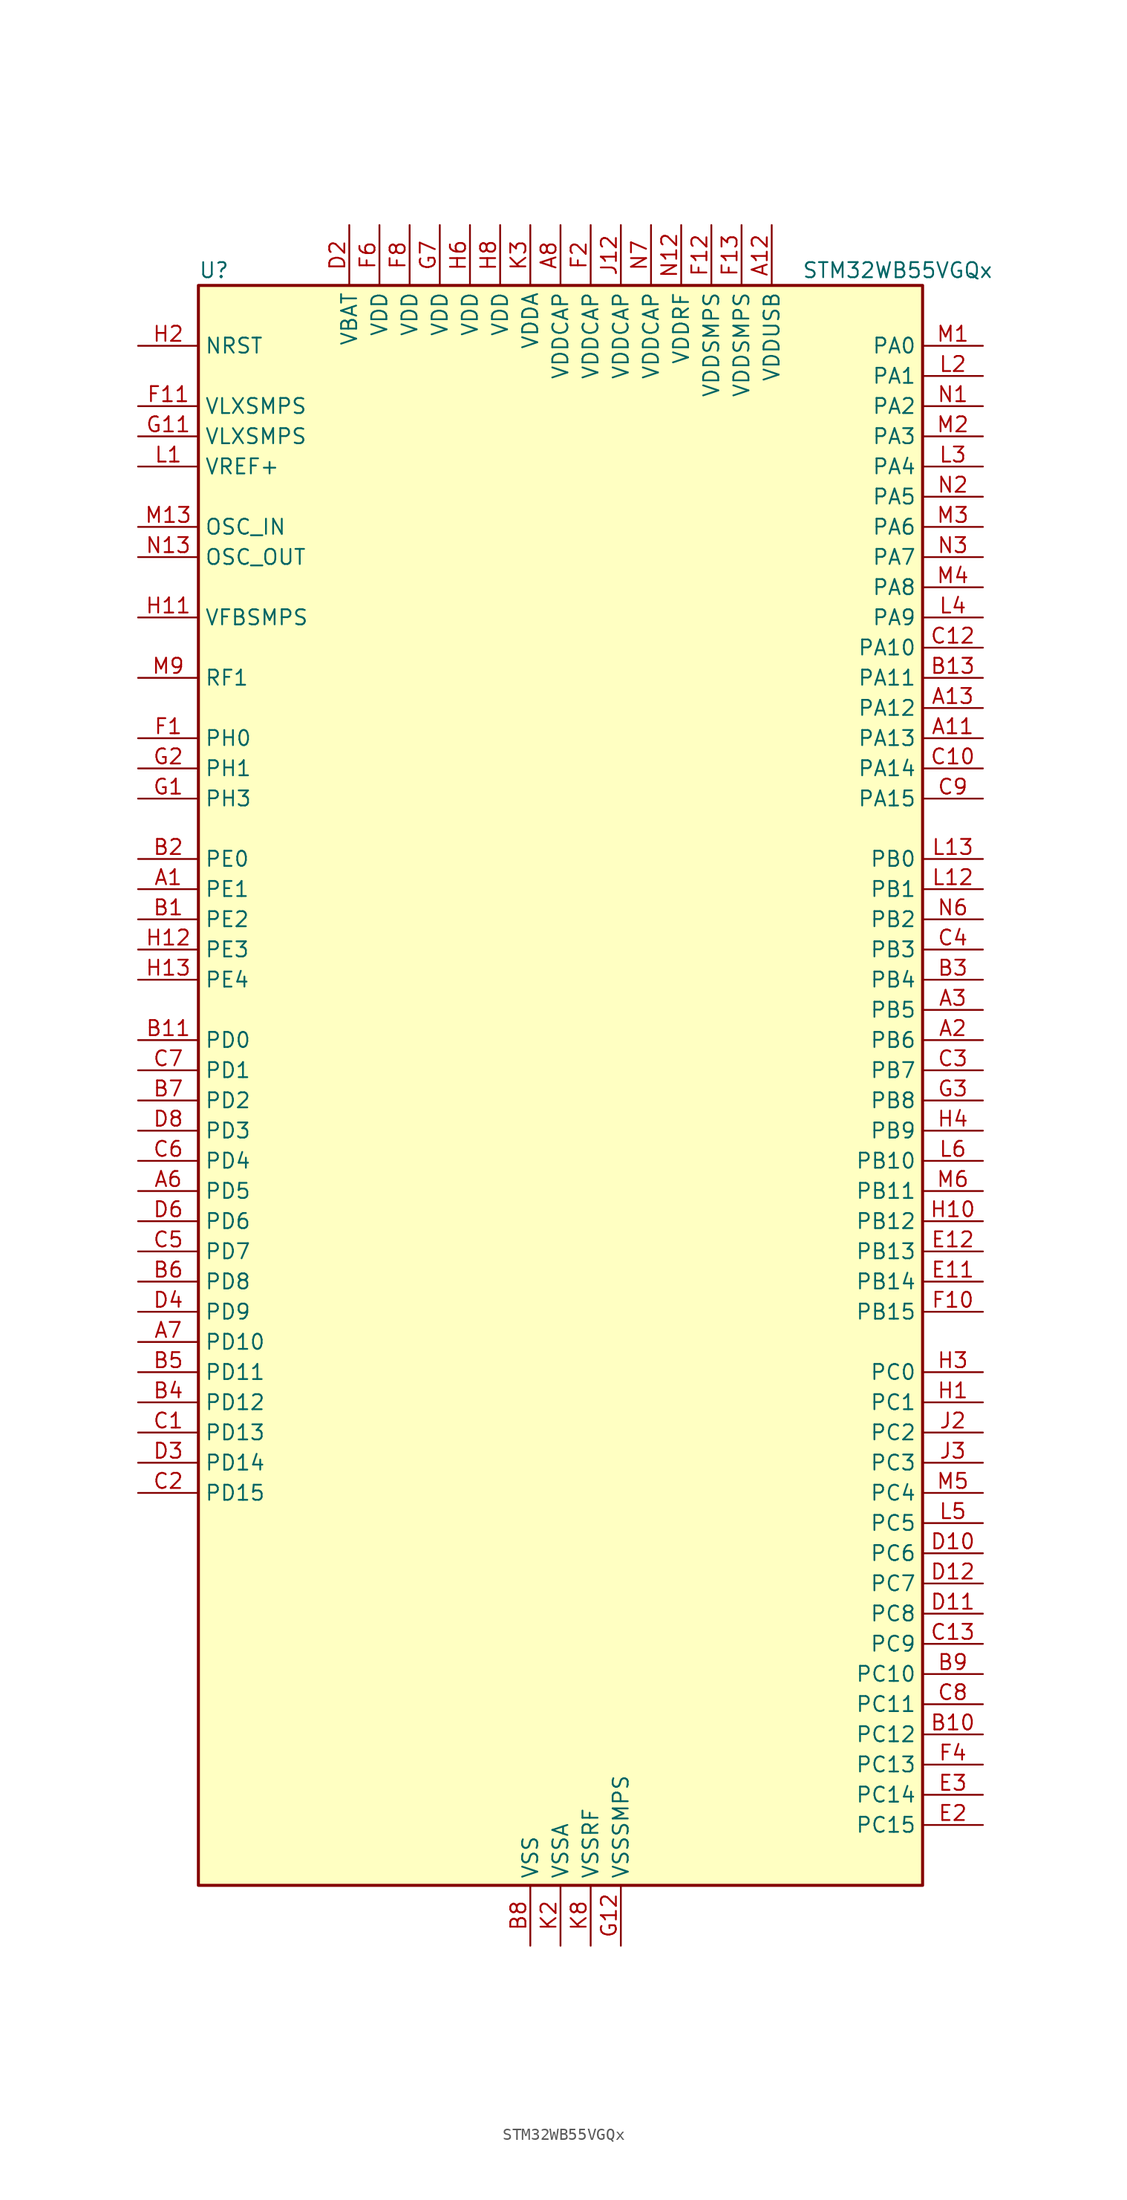
<source format=kicad_sym>
(kicad_symbol_lib
  (version 20231120)
  (generator "kicad-library-utils")
  (generator_version "8.0")
  (symbol "STM32WB55VGQx"
    (property "Reference" "U"
      (at -30.48 69.85 0)
      (effects (font (size 1.27 1.27)) (justify left)))
    (property "Value" "STM32WB55VGQx"
      (at 20.32 69.85 0)
      (effects (font (size 1.27 1.27)) (justify left)))
    (symbol "STM32WB55VGQx_0_1"
      (rectangle (start -30.48 -66.04) (end 30.48 68.58) (stroke (width 0.254) (type default)) (fill (type background))))
    (symbol "STM32WB55VGQx_1_1"
      (pin bidirectional line (at -35.56 17.78 0) (length 5.08) (name "PE1" (effects (font (size 1.27 1.27)))) (number "A1" (effects (font (size 1.27 1.27)))) (alternate "LCD_SEG37" bidirectional line) (alternate "TIM17_CH1" bidirectional line) (alternate "TSC_G7_IO2" bidirectional line))
      (pin bidirectional line (at 35.56 30.48 180) (length 5.08) (name "PA13" (effects (font (size 1.27 1.27)))) (number "A11" (effects (font (size 1.27 1.27)))) (alternate "IR_OUT" bidirectional line) (alternate "SAI1_SD_B" bidirectional line) (alternate "SYS_JTMS-SWDIO" bidirectional line) (alternate "USB_NOE" bidirectional line))
      (pin power_in line (at 17.78 73.66 270) (length 5.08) (name "VDDUSB" (effects (font (size 1.27 1.27)))) (number "A12" (effects (font (size 1.27 1.27)))))
      (pin bidirectional line (at 35.56 33.02 180) (length 5.08) (name "PA12" (effects (font (size 1.27 1.27)))) (number "A13" (effects (font (size 1.27 1.27)))) (alternate "LPUART1_RX" bidirectional line) (alternate "SPI1_MOSI" bidirectional line) (alternate "TIM1_ETR" bidirectional line) (alternate "USART1_DE" bidirectional line) (alternate "USART1_RTS" bidirectional line) (alternate "USB_DP" bidirectional line))
      (pin bidirectional line (at 35.56 5.08 180) (length 5.08) (name "PB6" (effects (font (size 1.27 1.27)))) (number "A2" (effects (font (size 1.27 1.27)))) (alternate "COMP2_INP" bidirectional line) (alternate "I2C1_SCL" bidirectional line) (alternate "LCD_SEG6" bidirectional line) (alternate "LPTIM1_ETR" bidirectional line) (alternate "RCC_MCO" bidirectional line) (alternate "SAI1_FS_B" bidirectional line) (alternate "TIM16_CH1N" bidirectional line) (alternate "TSC_G2_IO3" bidirectional line) (alternate "USART1_TX" bidirectional line))
      (pin bidirectional line (at 35.56 7.62 180) (length 5.08) (name "PB5" (effects (font (size 1.27 1.27)))) (number "A3" (effects (font (size 1.27 1.27)))) (alternate "COMP2_OUT" bidirectional line) (alternate "I2C1_SMBA" bidirectional line) (alternate "LCD_SEG9" bidirectional line) (alternate "LPTIM1_IN1" bidirectional line) (alternate "LPUART1_TX" bidirectional line) (alternate "SAI1_SD_B" bidirectional line) (alternate "SPI1_MOSI" bidirectional line) (alternate "TIM16_BKIN" bidirectional line) (alternate "TSC_G2_IO2" bidirectional line) (alternate "USART1_CK" bidirectional line))
      (pin bidirectional line (at -35.56 -7.62 0) (length 5.08) (name "PD5" (effects (font (size 1.27 1.27)))) (number "A6" (effects (font (size 1.27 1.27)))) (alternate "QUADSPI_BK1_IO1" bidirectional line) (alternate "SAI1_MCLK_B" bidirectional line) (alternate "TSC_G5_IO2" bidirectional line))
      (pin bidirectional line (at -35.56 -20.32 0) (length 5.08) (name "PD10" (effects (font (size 1.27 1.27)))) (number "A7" (effects (font (size 1.27 1.27)))) (alternate "LCD_SEG30" bidirectional line) (alternate "SYS_TRIG_INOUT" bidirectional line) (alternate "TSC_G6_IO1" bidirectional line))
      (pin power_in line (at 0 73.66 270) (length 5.08) (name "VDDCAP" (effects (font (size 1.27 1.27)))) (number "A8" (effects (font (size 1.27 1.27)))))
      (pin bidirectional line (at -35.56 15.24 0) (length 5.08) (name "PE2" (effects (font (size 1.27 1.27)))) (number "B1" (effects (font (size 1.27 1.27)))) (alternate "LCD_SEG38" bidirectional line) (alternate "SAI1_CK1" bidirectional line) (alternate "SAI1_MCLK_A" bidirectional line) (alternate "SYS_TRACECLK" bidirectional line) (alternate "TSC_G7_IO1" bidirectional line))
      (pin bidirectional line (at 35.56 -53.34 180) (length 5.08) (name "PC12" (effects (font (size 1.27 1.27)))) (number "B10" (effects (font (size 1.27 1.27)))) (alternate "LCD_COM6" bidirectional line) (alternate "LCD_SEG30" bidirectional line) (alternate "LCD_SEG42" bidirectional line) (alternate "RCC_LSCO" bidirectional line) (alternate "RTC_TAMP3" bidirectional line) (alternate "SYS_TRACED3" bidirectional line) (alternate "SYS_WKUP3" bidirectional line) (alternate "TSC_G3_IO4" bidirectional line))
      (pin bidirectional line (at -35.56 5.08 0) (length 5.08) (name "PD0" (effects (font (size 1.27 1.27)))) (number "B11" (effects (font (size 1.27 1.27)))) (alternate "SPI2_NSS" bidirectional line))
      (pin passive line (at -2.54 -71.12 90) (length 5.08) hide (name "VSS" (effects (font (size 1.27 1.27)))) (number "B12" (effects (font (size 1.27 1.27)))))
      (pin bidirectional line (at 35.56 35.56 180) (length 5.08) (name "PA11" (effects (font (size 1.27 1.27)))) (number "B13" (effects (font (size 1.27 1.27)))) (alternate "ADC1_EXTI11" bidirectional line) (alternate "SPI1_MISO" bidirectional line) (alternate "TIM1_BKIN2" bidirectional line) (alternate "TIM1_CH4" bidirectional line) (alternate "USART1_CTS" bidirectional line) (alternate "USART1_NSS" bidirectional line) (alternate "USB_DM" bidirectional line))
      (pin bidirectional line (at -35.56 20.32 0) (length 5.08) (name "PE0" (effects (font (size 1.27 1.27)))) (number "B2" (effects (font (size 1.27 1.27)))) (alternate "LCD_SEG36" bidirectional line) (alternate "TIM16_CH1" bidirectional line) (alternate "TIM1_ETR" bidirectional line) (alternate "TSC_G7_IO3" bidirectional line))
      (pin bidirectional line (at 35.56 10.16 180) (length 5.08) (name "PB4" (effects (font (size 1.27 1.27)))) (number "B3" (effects (font (size 1.27 1.27)))) (alternate "COMP2_INP" bidirectional line) (alternate "I2C3_SDA" bidirectional line) (alternate "LCD_SEG8" bidirectional line) (alternate "SAI1_MCLK_B" bidirectional line) (alternate "SPI1_MISO" bidirectional line) (alternate "SYS_JTRST" bidirectional line) (alternate "TIM17_BKIN" bidirectional line) (alternate "TSC_G2_IO1" bidirectional line) (alternate "USART1_CTS" bidirectional line) (alternate "USART1_NSS" bidirectional line))
      (pin bidirectional line (at -35.56 -25.4 0) (length 5.08) (name "PD12" (effects (font (size 1.27 1.27)))) (number "B4" (effects (font (size 1.27 1.27)))) (alternate "LCD_SEG32" bidirectional line) (alternate "LPTIM2_IN1" bidirectional line) (alternate "TSC_G6_IO3" bidirectional line))
      (pin bidirectional line (at -35.56 -22.86 0) (length 5.08) (name "PD11" (effects (font (size 1.27 1.27)))) (number "B5" (effects (font (size 1.27 1.27)))) (alternate "ADC1_EXTI11" bidirectional line) (alternate "LCD_SEG31" bidirectional line) (alternate "LPTIM2_ETR" bidirectional line) (alternate "TSC_G6_IO2" bidirectional line))
      (pin bidirectional line (at -35.56 -15.24 0) (length 5.08) (name "PD8" (effects (font (size 1.27 1.27)))) (number "B6" (effects (font (size 1.27 1.27)))) (alternate "LCD_SEG28" bidirectional line) (alternate "TIM1_BKIN2" bidirectional line))
      (pin bidirectional line (at -35.56 0 0) (length 5.08) (name "PD2" (effects (font (size 1.27 1.27)))) (number "B7" (effects (font (size 1.27 1.27)))) (alternate "LCD_COM7" bidirectional line) (alternate "LCD_SEG31" bidirectional line) (alternate "LCD_SEG43" bidirectional line) (alternate "SYS_TRACED2" bidirectional line) (alternate "TSC_SYNC" bidirectional line))
      (pin power_in line (at -2.54 -71.12 90) (length 5.08) (name "VSS" (effects (font (size 1.27 1.27)))) (number "B8" (effects (font (size 1.27 1.27)))))
      (pin bidirectional line (at 35.56 -48.26 180) (length 5.08) (name "PC10" (effects (font (size 1.27 1.27)))) (number "B9" (effects (font (size 1.27 1.27)))) (alternate "LCD_COM4" bidirectional line) (alternate "LCD_SEG28" bidirectional line) (alternate "LCD_SEG40" bidirectional line) (alternate "SYS_TRACED1" bidirectional line) (alternate "TSC_G3_IO2" bidirectional line))
      (pin bidirectional line (at -35.56 -27.94 0) (length 5.08) (name "PD13" (effects (font (size 1.27 1.27)))) (number "C1" (effects (font (size 1.27 1.27)))) (alternate "LCD_SEG33" bidirectional line) (alternate "LPTIM2_OUT" bidirectional line) (alternate "TSC_G6_IO4" bidirectional line))
      (pin bidirectional line (at 35.56 27.94 180) (length 5.08) (name "PA14" (effects (font (size 1.27 1.27)))) (number "C10" (effects (font (size 1.27 1.27)))) (alternate "I2C1_SMBA" bidirectional line) (alternate "LCD_SEG5" bidirectional line) (alternate "LPTIM1_OUT" bidirectional line) (alternate "SAI1_FS_B" bidirectional line) (alternate "SYS_JTCK-SWCLK" bidirectional line))
      (pin passive line (at -2.54 -71.12 90) (length 5.08) hide (name "VSS" (effects (font (size 1.27 1.27)))) (number "C11" (effects (font (size 1.27 1.27)))))
      (pin bidirectional line (at 35.56 38.1 180) (length 5.08) (name "PA10" (effects (font (size 1.27 1.27)))) (number "C12" (effects (font (size 1.27 1.27)))) (alternate "CRS_SYNC" bidirectional line) (alternate "I2C1_SDA" bidirectional line) (alternate "LCD_COM2" bidirectional line) (alternate "SAI1_D1" bidirectional line) (alternate "SAI1_SD_A" bidirectional line) (alternate "TIM17_BKIN" bidirectional line) (alternate "TIM1_CH3" bidirectional line) (alternate "USART1_RX" bidirectional line))
      (pin bidirectional line (at 35.56 -45.72 180) (length 5.08) (name "PC9" (effects (font (size 1.27 1.27)))) (number "C13" (effects (font (size 1.27 1.27)))) (alternate "LCD_SEG27" bidirectional line) (alternate "SAI1_SCK_B" bidirectional line) (alternate "TIM1_BKIN" bidirectional line) (alternate "TSC_G4_IO4" bidirectional line) (alternate "USB_NOE" bidirectional line))
      (pin bidirectional line (at -35.56 -33.02 0) (length 5.08) (name "PD15" (effects (font (size 1.27 1.27)))) (number "C2" (effects (font (size 1.27 1.27)))) (alternate "ADC1_EXTI15" bidirectional line) (alternate "LCD_SEG35" bidirectional line) (alternate "TIM1_CH2" bidirectional line))
      (pin bidirectional line (at 35.56 2.54 180) (length 5.08) (name "PB7" (effects (font (size 1.27 1.27)))) (number "C3" (effects (font (size 1.27 1.27)))) (alternate "COMP2_INM" bidirectional line) (alternate "I2C1_SDA" bidirectional line) (alternate "LCD_SEG21" bidirectional line) (alternate "LPTIM1_IN2" bidirectional line) (alternate "SYS_PVD_IN" bidirectional line) (alternate "TIM17_CH1N" bidirectional line) (alternate "TIM1_BKIN" bidirectional line) (alternate "TSC_G2_IO4" bidirectional line) (alternate "USART1_RX" bidirectional line))
      (pin bidirectional line (at 35.56 12.7 180) (length 5.08) (name "PB3" (effects (font (size 1.27 1.27)))) (number "C4" (effects (font (size 1.27 1.27)))) (alternate "COMP2_INM" bidirectional line) (alternate "LCD_SEG7" bidirectional line) (alternate "SAI1_SCK_B" bidirectional line) (alternate "SPI1_SCK" bidirectional line) (alternate "SYS_JTDO-SWO" bidirectional line) (alternate "TIM2_CH2" bidirectional line) (alternate "USART1_DE" bidirectional line) (alternate "USART1_RTS" bidirectional line))
      (pin bidirectional line (at -35.56 -12.7 0) (length 5.08) (name "PD7" (effects (font (size 1.27 1.27)))) (number "C5" (effects (font (size 1.27 1.27)))) (alternate "LCD_SEG39" bidirectional line) (alternate "QUADSPI_BK1_IO3" bidirectional line) (alternate "TSC_G5_IO4" bidirectional line))
      (pin bidirectional line (at -35.56 -5.08 0) (length 5.08) (name "PD4" (effects (font (size 1.27 1.27)))) (number "C6" (effects (font (size 1.27 1.27)))) (alternate "QUADSPI_BK1_IO0" bidirectional line) (alternate "SPI2_MOSI" bidirectional line) (alternate "TSC_G5_IO1" bidirectional line))
      (pin bidirectional line (at -35.56 2.54 0) (length 5.08) (name "PD1" (effects (font (size 1.27 1.27)))) (number "C7" (effects (font (size 1.27 1.27)))) (alternate "SPI2_SCK" bidirectional line))
      (pin bidirectional line (at 35.56 -50.8 180) (length 5.08) (name "PC11" (effects (font (size 1.27 1.27)))) (number "C8" (effects (font (size 1.27 1.27)))) (alternate "ADC1_EXTI11" bidirectional line) (alternate "LCD_COM5" bidirectional line) (alternate "LCD_SEG29" bidirectional line) (alternate "LCD_SEG41" bidirectional line) (alternate "TSC_G3_IO3" bidirectional line))
      (pin bidirectional line (at 35.56 25.4 180) (length 5.08) (name "PA15" (effects (font (size 1.27 1.27)))) (number "C9" (effects (font (size 1.27 1.27)))) (alternate "ADC1_EXTI15" bidirectional line) (alternate "LCD_SEG17" bidirectional line) (alternate "RCC_MCO" bidirectional line) (alternate "SPI1_NSS" bidirectional line) (alternate "SYS_JTDI" bidirectional line) (alternate "TIM2_CH1" bidirectional line) (alternate "TIM2_ETR" bidirectional line) (alternate "TSC_G3_IO1" bidirectional line))
      (pin bidirectional line (at 35.56 -38.1 180) (length 5.08) (name "PC6" (effects (font (size 1.27 1.27)))) (number "D10" (effects (font (size 1.27 1.27)))) (alternate "LCD_SEG24" bidirectional line) (alternate "TSC_G4_IO1" bidirectional line))
      (pin bidirectional line (at 35.56 -43.18 180) (length 5.08) (name "PC8" (effects (font (size 1.27 1.27)))) (number "D11" (effects (font (size 1.27 1.27)))) (alternate "LCD_SEG26" bidirectional line) (alternate "TSC_G4_IO3" bidirectional line))
      (pin bidirectional line (at 35.56 -40.64 180) (length 5.08) (name "PC7" (effects (font (size 1.27 1.27)))) (number "D12" (effects (font (size 1.27 1.27)))) (alternate "LCD_SEG25" bidirectional line) (alternate "TSC_G4_IO2" bidirectional line))
      (pin power_in line (at -17.78 73.66 270) (length 5.08) (name "VBAT" (effects (font (size 1.27 1.27)))) (number "D2" (effects (font (size 1.27 1.27)))))
      (pin bidirectional line (at -35.56 -30.48 0) (length 5.08) (name "PD14" (effects (font (size 1.27 1.27)))) (number "D3" (effects (font (size 1.27 1.27)))) (alternate "LCD_SEG34" bidirectional line) (alternate "TIM1_CH1" bidirectional line))
      (pin bidirectional line (at -35.56 -17.78 0) (length 5.08) (name "PD9" (effects (font (size 1.27 1.27)))) (number "D4" (effects (font (size 1.27 1.27)))) (alternate "LCD_SEG29" bidirectional line) (alternate "SYS_TRACED0" bidirectional line))
      (pin bidirectional line (at -35.56 -10.16 0) (length 5.08) (name "PD6" (effects (font (size 1.27 1.27)))) (number "D6" (effects (font (size 1.27 1.27)))) (alternate "QUADSPI_BK1_IO2" bidirectional line) (alternate "SAI1_D1" bidirectional line) (alternate "SAI1_SD_A" bidirectional line) (alternate "TSC_G5_IO3" bidirectional line))
      (pin bidirectional line (at -35.56 -2.54 0) (length 5.08) (name "PD3" (effects (font (size 1.27 1.27)))) (number "D8" (effects (font (size 1.27 1.27)))) (alternate "QUADSPI_BK1_NCS" bidirectional line) (alternate "SPI2_MISO" bidirectional line) (alternate "SPI2_SCK" bidirectional line))
      (pin bidirectional line (at 35.56 -15.24 180) (length 5.08) (name "PB14" (effects (font (size 1.27 1.27)))) (number "E11" (effects (font (size 1.27 1.27)))) (alternate "I2C3_SDA" bidirectional line) (alternate "LCD_SEG14" bidirectional line) (alternate "SAI1_MCLK_A" bidirectional line) (alternate "SPI2_MISO" bidirectional line) (alternate "TIM1_CH2N" bidirectional line) (alternate "TSC_G1_IO3" bidirectional line))
      (pin bidirectional line (at 35.56 -12.7 180) (length 5.08) (name "PB13" (effects (font (size 1.27 1.27)))) (number "E12" (effects (font (size 1.27 1.27)))) (alternate "I2C3_SCL" bidirectional line) (alternate "LCD_SEG13" bidirectional line) (alternate "LPUART1_CTS" bidirectional line) (alternate "SAI1_SCK_A" bidirectional line) (alternate "SPI2_SCK" bidirectional line) (alternate "TIM1_CH1N" bidirectional line) (alternate "TSC_G1_IO2" bidirectional line))
      (pin bidirectional line (at 35.56 -60.96 180) (length 5.08) (name "PC15" (effects (font (size 1.27 1.27)))) (number "E2" (effects (font (size 1.27 1.27)))) (alternate "ADC1_EXTI15" bidirectional line) (alternate "RCC_OSC32_OUT" bidirectional line))
      (pin bidirectional line (at 35.56 -58.42 180) (length 5.08) (name "PC14" (effects (font (size 1.27 1.27)))) (number "E3" (effects (font (size 1.27 1.27)))) (alternate "RCC_OSC32_IN" bidirectional line))
      (pin passive line (at -2.54 -71.12 90) (length 5.08) hide (name "VSS" (effects (font (size 1.27 1.27)))) (number "E5" (effects (font (size 1.27 1.27)))))
      (pin passive line (at -2.54 -71.12 90) (length 5.08) hide (name "VSS" (effects (font (size 1.27 1.27)))) (number "E7" (effects (font (size 1.27 1.27)))))
      (pin passive line (at -2.54 -71.12 90) (length 5.08) hide (name "VSS" (effects (font (size 1.27 1.27)))) (number "E9" (effects (font (size 1.27 1.27)))))
      (pin bidirectional line (at -35.56 30.48 0) (length 5.08) (name "PH0" (effects (font (size 1.27 1.27)))) (number "F1" (effects (font (size 1.27 1.27)))))
      (pin bidirectional line (at 35.56 -17.78 180) (length 5.08) (name "PB15" (effects (font (size 1.27 1.27)))) (number "F10" (effects (font (size 1.27 1.27)))) (alternate "ADC1_EXTI15" bidirectional line) (alternate "LCD_SEG15" bidirectional line) (alternate "RTC_REFIN" bidirectional line) (alternate "SAI1_SD_A" bidirectional line) (alternate "SPI2_MOSI" bidirectional line) (alternate "TIM1_CH3N" bidirectional line) (alternate "TSC_G1_IO4" bidirectional line))
      (pin power_in line (at -35.56 58.42 0) (length 5.08) (name "VLXSMPS" (effects (font (size 1.27 1.27)))) (number "F11" (effects (font (size 1.27 1.27)))))
      (pin power_in line (at 12.7 73.66 270) (length 5.08) (name "VDDSMPS" (effects (font (size 1.27 1.27)))) (number "F12" (effects (font (size 1.27 1.27)))))
      (pin power_in line (at 15.24 73.66 270) (length 5.08) (name "VDDSMPS" (effects (font (size 1.27 1.27)))) (number "F13" (effects (font (size 1.27 1.27)))))
      (pin power_in line (at 2.54 73.66 270) (length 5.08) (name "VDDCAP" (effects (font (size 1.27 1.27)))) (number "F2" (effects (font (size 1.27 1.27)))))
      (pin passive line (at -2.54 -71.12 90) (length 5.08) hide (name "VSS" (effects (font (size 1.27 1.27)))) (number "F3" (effects (font (size 1.27 1.27)))))
      (pin bidirectional line (at 35.56 -55.88 180) (length 5.08) (name "PC13" (effects (font (size 1.27 1.27)))) (number "F4" (effects (font (size 1.27 1.27)))) (alternate "RTC_OUT1" bidirectional line) (alternate "RTC_TAMP1" bidirectional line) (alternate "RTC_TS" bidirectional line) (alternate "SYS_WKUP2" bidirectional line))
      (pin power_in line (at -15.24 73.66 270) (length 5.08) (name "VDD" (effects (font (size 1.27 1.27)))) (number "F6" (effects (font (size 1.27 1.27)))))
      (pin power_in line (at -12.7 73.66 270) (length 5.08) (name "VDD" (effects (font (size 1.27 1.27)))) (number "F8" (effects (font (size 1.27 1.27)))))
      (pin bidirectional line (at -35.56 25.4 0) (length 5.08) (name "PH3" (effects (font (size 1.27 1.27)))) (number "G1" (effects (font (size 1.27 1.27)))) (alternate "RCC_LSCO" bidirectional line))
      (pin power_in line (at -35.56 55.88 0) (length 5.08) (name "VLXSMPS" (effects (font (size 1.27 1.27)))) (number "G11" (effects (font (size 1.27 1.27)))))
      (pin power_in line (at 5.08 -71.12 90) (length 5.08) (name "VSSSMPS" (effects (font (size 1.27 1.27)))) (number "G12" (effects (font (size 1.27 1.27)))))
      (pin passive line (at 5.08 -71.12 90) (length 5.08) hide (name "VSSSMPS" (effects (font (size 1.27 1.27)))) (number "G13" (effects (font (size 1.27 1.27)))))
      (pin bidirectional line (at -35.56 27.94 0) (length 5.08) (name "PH1" (effects (font (size 1.27 1.27)))) (number "G2" (effects (font (size 1.27 1.27)))))
      (pin bidirectional line (at 35.56 0 180) (length 5.08) (name "PB8" (effects (font (size 1.27 1.27)))) (number "G3" (effects (font (size 1.27 1.27)))) (alternate "I2C1_SCL" bidirectional line) (alternate "LCD_SEG16" bidirectional line) (alternate "QUADSPI_BK1_IO1" bidirectional line) (alternate "SAI1_CK1" bidirectional line) (alternate "SAI1_MCLK_A" bidirectional line) (alternate "TIM16_CH1" bidirectional line) (alternate "TIM1_CH2N" bidirectional line))
      (pin passive line (at -2.54 -71.12 90) (length 5.08) hide (name "VSS" (effects (font (size 1.27 1.27)))) (number "G5" (effects (font (size 1.27 1.27)))))
      (pin power_in line (at -10.16 73.66 270) (length 5.08) (name "VDD" (effects (font (size 1.27 1.27)))) (number "G7" (effects (font (size 1.27 1.27)))))
      (pin passive line (at -2.54 -71.12 90) (length 5.08) hide (name "VSS" (effects (font (size 1.27 1.27)))) (number "G9" (effects (font (size 1.27 1.27)))))
      (pin bidirectional line (at 35.56 -25.4 180) (length 5.08) (name "PC1" (effects (font (size 1.27 1.27)))) (number "H1" (effects (font (size 1.27 1.27)))) (alternate "ADC1_IN2" bidirectional line) (alternate "I2C3_SDA" bidirectional line) (alternate "LCD_SEG19" bidirectional line) (alternate "LPTIM1_OUT" bidirectional line) (alternate "LPUART1_TX" bidirectional line) (alternate "SPI2_MOSI" bidirectional line))
      (pin bidirectional line (at 35.56 -10.16 180) (length 5.08) (name "PB12" (effects (font (size 1.27 1.27)))) (number "H10" (effects (font (size 1.27 1.27)))) (alternate "I2C3_SMBA" bidirectional line) (alternate "LCD_SEG12" bidirectional line) (alternate "LPUART1_DE" bidirectional line) (alternate "LPUART1_RTS" bidirectional line) (alternate "SAI1_FS_A" bidirectional line) (alternate "SPI2_NSS" bidirectional line) (alternate "TIM1_BKIN" bidirectional line) (alternate "TSC_G1_IO1" bidirectional line))
      (pin input line (at -35.56 40.64 0) (length 5.08) (name "VFBSMPS" (effects (font (size 1.27 1.27)))) (number "H11" (effects (font (size 1.27 1.27)))))
      (pin bidirectional line (at -35.56 12.7 0) (length 5.08) (name "PE3" (effects (font (size 1.27 1.27)))) (number "H12" (effects (font (size 1.27 1.27)))))
      (pin bidirectional line (at -35.56 10.16 0) (length 5.08) (name "PE4" (effects (font (size 1.27 1.27)))) (number "H13" (effects (font (size 1.27 1.27)))))
      (pin input line (at -35.56 63.5 0) (length 5.08) (name "NRST" (effects (font (size 1.27 1.27)))) (number "H2" (effects (font (size 1.27 1.27)))))
      (pin bidirectional line (at 35.56 -22.86 180) (length 5.08) (name "PC0" (effects (font (size 1.27 1.27)))) (number "H3" (effects (font (size 1.27 1.27)))) (alternate "ADC1_IN1" bidirectional line) (alternate "I2C3_SCL" bidirectional line) (alternate "LCD_SEG18" bidirectional line) (alternate "LPTIM1_IN1" bidirectional line) (alternate "LPTIM2_IN1" bidirectional line) (alternate "LPUART1_RX" bidirectional line))
      (pin bidirectional line (at 35.56 -2.54 180) (length 5.08) (name "PB9" (effects (font (size 1.27 1.27)))) (number "H4" (effects (font (size 1.27 1.27)))) (alternate "I2C1_SDA" bidirectional line) (alternate "IR_OUT" bidirectional line) (alternate "LCD_COM3" bidirectional line) (alternate "QUADSPI_BK1_IO0" bidirectional line) (alternate "SAI1_D2" bidirectional line) (alternate "SAI1_FS_A" bidirectional line) (alternate "SPI2_NSS" bidirectional line) (alternate "TIM17_CH1" bidirectional line) (alternate "TIM1_CH3N" bidirectional line) (alternate "TSC_G7_IO4" bidirectional line))
      (pin power_in line (at -7.62 73.66 270) (length 5.08) (name "VDD" (effects (font (size 1.27 1.27)))) (number "H6" (effects (font (size 1.27 1.27)))))
      (pin power_in line (at -5.08 73.66 270) (length 5.08) (name "VDD" (effects (font (size 1.27 1.27)))) (number "H8" (effects (font (size 1.27 1.27)))))
      (pin passive line (at -2.54 -71.12 90) (length 5.08) hide (name "VSS" (effects (font (size 1.27 1.27)))) (number "J11" (effects (font (size 1.27 1.27)))))
      (pin power_in line (at 5.08 73.66 270) (length 5.08) (name "VDDCAP" (effects (font (size 1.27 1.27)))) (number "J12" (effects (font (size 1.27 1.27)))))
      (pin bidirectional line (at 35.56 -27.94 180) (length 5.08) (name "PC2" (effects (font (size 1.27 1.27)))) (number "J2" (effects (font (size 1.27 1.27)))) (alternate "ADC1_IN3" bidirectional line) (alternate "LCD_SEG20" bidirectional line) (alternate "LPTIM1_IN2" bidirectional line) (alternate "SPI2_MISO" bidirectional line))
      (pin bidirectional line (at 35.56 -30.48 180) (length 5.08) (name "PC3" (effects (font (size 1.27 1.27)))) (number "J3" (effects (font (size 1.27 1.27)))) (alternate "ADC1_IN4" bidirectional line) (alternate "LCD_VLCD" bidirectional line) (alternate "LPTIM1_ETR" bidirectional line) (alternate "LPTIM2_ETR" bidirectional line) (alternate "SAI1_D1" bidirectional line) (alternate "SAI1_SD_A" bidirectional line) (alternate "SPI2_MOSI" bidirectional line))
      (pin passive line (at -2.54 -71.12 90) (length 5.08) hide (name "VSS" (effects (font (size 1.27 1.27)))) (number "J5" (effects (font (size 1.27 1.27)))))
      (pin passive line (at -2.54 -71.12 90) (length 5.08) hide (name "VSS" (effects (font (size 1.27 1.27)))) (number "J7" (effects (font (size 1.27 1.27)))))
      (pin passive line (at -2.54 -71.12 90) (length 5.08) hide (name "VSS" (effects (font (size 1.27 1.27)))) (number "J9" (effects (font (size 1.27 1.27)))))
      (pin passive line (at 2.54 -71.12 90) (length 5.08) hide (name "VSSRF" (effects (font (size 1.27 1.27)))) (number "K10" (effects (font (size 1.27 1.27)))))
      (pin no_connect line (at -30.48 -66.04 0) (length 5.08) hide (name "AT0" (effects (font (size 1.27 1.27)))) (number "K11" (effects (font (size 1.27 1.27)))))
      (pin no_connect line (at -30.48 -63.5 0) (length 5.08) hide (name "AT1" (effects (font (size 1.27 1.27)))) (number "K12" (effects (font (size 1.27 1.27)))))
      (pin power_in line (at 0 -71.12 90) (length 5.08) (name "VSSA" (effects (font (size 1.27 1.27)))) (number "K2" (effects (font (size 1.27 1.27)))))
      (pin power_in line (at -2.54 73.66 270) (length 5.08) (name "VDDA" (effects (font (size 1.27 1.27)))) (number "K3" (effects (font (size 1.27 1.27)))))
      (pin passive line (at -2.54 -71.12 90) (length 5.08) hide (name "VSS" (effects (font (size 1.27 1.27)))) (number "K4" (effects (font (size 1.27 1.27)))))
      (pin passive line (at -2.54 -71.12 90) (length 5.08) hide (name "VSS" (effects (font (size 1.27 1.27)))) (number "K6" (effects (font (size 1.27 1.27)))))
      (pin power_in line (at 2.54 -71.12 90) (length 5.08) (name "VSSRF" (effects (font (size 1.27 1.27)))) (number "K8" (effects (font (size 1.27 1.27)))))
      (pin input line (at -35.56 53.34 0) (length 5.08) (name "VREF+" (effects (font (size 1.27 1.27)))) (number "L1" (effects (font (size 1.27 1.27)))) (alternate "VREFBUF_OUT" bidirectional line))
      (pin passive line (at 2.54 -71.12 90) (length 5.08) hide (name "VSSRF" (effects (font (size 1.27 1.27)))) (number "L10" (effects (font (size 1.27 1.27)))))
      (pin passive line (at 2.54 -71.12 90) (length 5.08) hide (name "VSSRF" (effects (font (size 1.27 1.27)))) (number "L11" (effects (font (size 1.27 1.27)))))
      (pin bidirectional line (at 35.56 17.78 180) (length 5.08) (name "PB1" (effects (font (size 1.27 1.27)))) (number "L12" (effects (font (size 1.27 1.27)))) (alternate "LPTIM2_IN1" bidirectional line) (alternate "LPUART1_DE" bidirectional line) (alternate "LPUART1_RTS" bidirectional line))
      (pin bidirectional line (at 35.56 20.32 180) (length 5.08) (name "PB0" (effects (font (size 1.27 1.27)))) (number "L13" (effects (font (size 1.27 1.27)))) (alternate "COMP1_OUT" bidirectional line) (alternate "RF_TX_MOD_EXT_PA" bidirectional line))
      (pin bidirectional line (at 35.56 60.96 180) (length 5.08) (name "PA1" (effects (font (size 1.27 1.27)))) (number "L2" (effects (font (size 1.27 1.27)))) (alternate "ADC1_IN6" bidirectional line) (alternate "COMP1_INP" bidirectional line) (alternate "I2C1_SMBA" bidirectional line) (alternate "LCD_SEG0" bidirectional line) (alternate "SPI1_SCK" bidirectional line) (alternate "TIM2_CH2" bidirectional line))
      (pin bidirectional line (at 35.56 53.34 180) (length 5.08) (name "PA4" (effects (font (size 1.27 1.27)))) (number "L3" (effects (font (size 1.27 1.27)))) (alternate "ADC1_IN9" bidirectional line) (alternate "COMP1_INM" bidirectional line) (alternate "COMP2_INM" bidirectional line) (alternate "LCD_SEG5" bidirectional line) (alternate "LPTIM2_OUT" bidirectional line) (alternate "SAI1_FS_B" bidirectional line) (alternate "SPI1_NSS" bidirectional line))
      (pin bidirectional line (at 35.56 40.64 180) (length 5.08) (name "PA9" (effects (font (size 1.27 1.27)))) (number "L4" (effects (font (size 1.27 1.27)))) (alternate "ADC1_IN16" bidirectional line) (alternate "COMP1_INM" bidirectional line) (alternate "I2C1_SCL" bidirectional line) (alternate "LCD_COM1" bidirectional line) (alternate "SAI1_D2" bidirectional line) (alternate "SAI1_FS_A" bidirectional line) (alternate "SPI2_SCK" bidirectional line) (alternate "TIM1_CH2" bidirectional line) (alternate "USART1_TX" bidirectional line))
      (pin bidirectional line (at 35.56 -35.56 180) (length 5.08) (name "PC5" (effects (font (size 1.27 1.27)))) (number "L5" (effects (font (size 1.27 1.27)))) (alternate "ADC1_IN14" bidirectional line) (alternate "COMP1_INP" bidirectional line) (alternate "LCD_SEG23" bidirectional line) (alternate "SAI1_D3" bidirectional line) (alternate "SYS_WKUP5" bidirectional line))
      (pin bidirectional line (at 35.56 -5.08 180) (length 5.08) (name "PB10" (effects (font (size 1.27 1.27)))) (number "L6" (effects (font (size 1.27 1.27)))) (alternate "COMP1_OUT" bidirectional line) (alternate "I2C3_SCL" bidirectional line) (alternate "LCD_SEG10" bidirectional line) (alternate "LPUART1_RX" bidirectional line) (alternate "QUADSPI_CLK" bidirectional line) (alternate "SAI1_SCK_A" bidirectional line) (alternate "SPI2_SCK" bidirectional line) (alternate "TIM2_CH3" bidirectional line) (alternate "TSC_SYNC" bidirectional line))
      (pin passive line (at 2.54 -71.12 90) (length 5.08) hide (name "VSSRF" (effects (font (size 1.27 1.27)))) (number "L7" (effects (font (size 1.27 1.27)))))
      (pin passive line (at 2.54 -71.12 90) (length 5.08) hide (name "VSSRF" (effects (font (size 1.27 1.27)))) (number "L8" (effects (font (size 1.27 1.27)))))
      (pin passive line (at 2.54 -71.12 90) (length 5.08) hide (name "VSSRF" (effects (font (size 1.27 1.27)))) (number "L9" (effects (font (size 1.27 1.27)))))
      (pin bidirectional line (at 35.56 63.5 180) (length 5.08) (name "PA0" (effects (font (size 1.27 1.27)))) (number "M1" (effects (font (size 1.27 1.27)))) (alternate "ADC1_IN5" bidirectional line) (alternate "COMP1_INM" bidirectional line) (alternate "COMP1_OUT" bidirectional line) (alternate "RTC_TAMP2" bidirectional line) (alternate "SAI1_EXTCLK" bidirectional line) (alternate "SYS_WKUP1" bidirectional line) (alternate "TIM2_CH1" bidirectional line) (alternate "TIM2_ETR" bidirectional line))
      (pin passive line (at 2.54 -71.12 90) (length 5.08) hide (name "VSSRF" (effects (font (size 1.27 1.27)))) (number "M10" (effects (font (size 1.27 1.27)))))
      (pin passive line (at 2.54 -71.12 90) (length 5.08) hide (name "VSSRF" (effects (font (size 1.27 1.27)))) (number "M11" (effects (font (size 1.27 1.27)))))
      (pin passive line (at 2.54 -71.12 90) (length 5.08) hide (name "VSSRF" (effects (font (size 1.27 1.27)))) (number "M12" (effects (font (size 1.27 1.27)))))
      (pin input line (at -35.56 48.26 0) (length 5.08) (name "OSC_IN" (effects (font (size 1.27 1.27)))) (number "M13" (effects (font (size 1.27 1.27)))) (alternate "RCC_OSC_IN" bidirectional line))
      (pin bidirectional line (at 35.56 55.88 180) (length 5.08) (name "PA3" (effects (font (size 1.27 1.27)))) (number "M2" (effects (font (size 1.27 1.27)))) (alternate "ADC1_IN8" bidirectional line) (alternate "COMP2_INP" bidirectional line) (alternate "LCD_SEG2" bidirectional line) (alternate "LPUART1_RX" bidirectional line) (alternate "QUADSPI_CLK" bidirectional line) (alternate "SAI1_CK1" bidirectional line) (alternate "SAI1_MCLK_A" bidirectional line) (alternate "TIM2_CH4" bidirectional line))
      (pin bidirectional line (at 35.56 48.26 180) (length 5.08) (name "PA6" (effects (font (size 1.27 1.27)))) (number "M3" (effects (font (size 1.27 1.27)))) (alternate "ADC1_IN11" bidirectional line) (alternate "LCD_SEG3" bidirectional line) (alternate "LPUART1_CTS" bidirectional line) (alternate "QUADSPI_BK1_IO3" bidirectional line) (alternate "SPI1_MISO" bidirectional line) (alternate "TIM16_CH1" bidirectional line) (alternate "TIM1_BKIN" bidirectional line))
      (pin bidirectional line (at 35.56 43.18 180) (length 5.08) (name "PA8" (effects (font (size 1.27 1.27)))) (number "M4" (effects (font (size 1.27 1.27)))) (alternate "ADC1_IN15" bidirectional line) (alternate "LCD_COM0" bidirectional line) (alternate "LPTIM2_OUT" bidirectional line) (alternate "RCC_MCO" bidirectional line) (alternate "SAI1_CK2" bidirectional line) (alternate "SAI1_SCK_A" bidirectional line) (alternate "TIM1_CH1" bidirectional line) (alternate "USART1_CK" bidirectional line))
      (pin bidirectional line (at 35.56 -33.02 180) (length 5.08) (name "PC4" (effects (font (size 1.27 1.27)))) (number "M5" (effects (font (size 1.27 1.27)))) (alternate "ADC1_IN13" bidirectional line) (alternate "COMP1_INM" bidirectional line) (alternate "LCD_SEG22" bidirectional line))
      (pin bidirectional line (at 35.56 -7.62 180) (length 5.08) (name "PB11" (effects (font (size 1.27 1.27)))) (number "M6" (effects (font (size 1.27 1.27)))) (alternate "ADC1_EXTI11" bidirectional line) (alternate "COMP2_OUT" bidirectional line) (alternate "I2C3_SDA" bidirectional line) (alternate "LCD_SEG11" bidirectional line) (alternate "LPUART1_TX" bidirectional line) (alternate "QUADSPI_BK1_NCS" bidirectional line) (alternate "TIM2_CH4" bidirectional line))
      (pin passive line (at -2.54 -71.12 90) (length 5.08) hide (name "VSS" (effects (font (size 1.27 1.27)))) (number "M7" (effects (font (size 1.27 1.27)))))
      (pin passive line (at 2.54 -71.12 90) (length 5.08) hide (name "VSSRF" (effects (font (size 1.27 1.27)))) (number "M8" (effects (font (size 1.27 1.27)))))
      (pin bidirectional line (at -35.56 35.56 0) (length 5.08) (name "RF1" (effects (font (size 1.27 1.27)))) (number "M9" (effects (font (size 1.27 1.27)))) (alternate "RF_RF1" bidirectional line))
      (pin bidirectional line (at 35.56 58.42 180) (length 5.08) (name "PA2" (effects (font (size 1.27 1.27)))) (number "N1" (effects (font (size 1.27 1.27)))) (alternate "ADC1_IN7" bidirectional line) (alternate "COMP2_INM" bidirectional line) (alternate "COMP2_OUT" bidirectional line) (alternate "LCD_SEG1" bidirectional line) (alternate "LPUART1_TX" bidirectional line) (alternate "QUADSPI_BK1_NCS" bidirectional line) (alternate "RCC_LSCO" bidirectional line) (alternate "SYS_WKUP4" bidirectional line) (alternate "TIM2_CH3" bidirectional line))
      (pin passive line (at 2.54 -71.12 90) (length 5.08) hide (name "VSSRF" (effects (font (size 1.27 1.27)))) (number "N11" (effects (font (size 1.27 1.27)))))
      (pin power_in line (at 10.16 73.66 270) (length 5.08) (name "VDDRF" (effects (font (size 1.27 1.27)))) (number "N12" (effects (font (size 1.27 1.27)))))
      (pin input line (at -35.56 45.72 0) (length 5.08) (name "OSC_OUT" (effects (font (size 1.27 1.27)))) (number "N13" (effects (font (size 1.27 1.27)))) (alternate "RCC_OSC_OUT" bidirectional line))
      (pin bidirectional line (at 35.56 50.8 180) (length 5.08) (name "PA5" (effects (font (size 1.27 1.27)))) (number "N2" (effects (font (size 1.27 1.27)))) (alternate "ADC1_IN10" bidirectional line) (alternate "COMP1_INM" bidirectional line) (alternate "COMP2_INM" bidirectional line) (alternate "LPTIM2_ETR" bidirectional line) (alternate "SAI1_SD_B" bidirectional line) (alternate "SPI1_SCK" bidirectional line) (alternate "TIM2_CH1" bidirectional line) (alternate "TIM2_ETR" bidirectional line))
      (pin bidirectional line (at 35.56 45.72 180) (length 5.08) (name "PA7" (effects (font (size 1.27 1.27)))) (number "N3" (effects (font (size 1.27 1.27)))) (alternate "ADC1_IN12" bidirectional line) (alternate "COMP2_OUT" bidirectional line) (alternate "I2C3_SCL" bidirectional line) (alternate "LCD_SEG4" bidirectional line) (alternate "QUADSPI_BK1_IO2" bidirectional line) (alternate "SPI1_MOSI" bidirectional line) (alternate "TIM17_CH1" bidirectional line) (alternate "TIM1_CH1N" bidirectional line))
      (pin bidirectional line (at 35.56 15.24 180) (length 5.08) (name "PB2" (effects (font (size 1.27 1.27)))) (number "N6" (effects (font (size 1.27 1.27)))) (alternate "COMP1_INP" bidirectional line) (alternate "I2C3_SMBA" bidirectional line) (alternate "LCD_VLCD" bidirectional line) (alternate "LPTIM1_OUT" bidirectional line) (alternate "RTC_OUT2" bidirectional line) (alternate "SAI1_EXTCLK" bidirectional line) (alternate "SPI1_NSS" bidirectional line))
      (pin power_in line (at 7.62 73.66 270) (length 5.08) (name "VDDCAP" (effects (font (size 1.27 1.27)))) (number "N7" (effects (font (size 1.27 1.27)))))
      (pin passive line (at 2.54 -71.12 90) (length 5.08) hide (name "VSSRF" (effects (font (size 1.27 1.27)))) (number "N8" (effects (font (size 1.27 1.27))))))))
</source>
